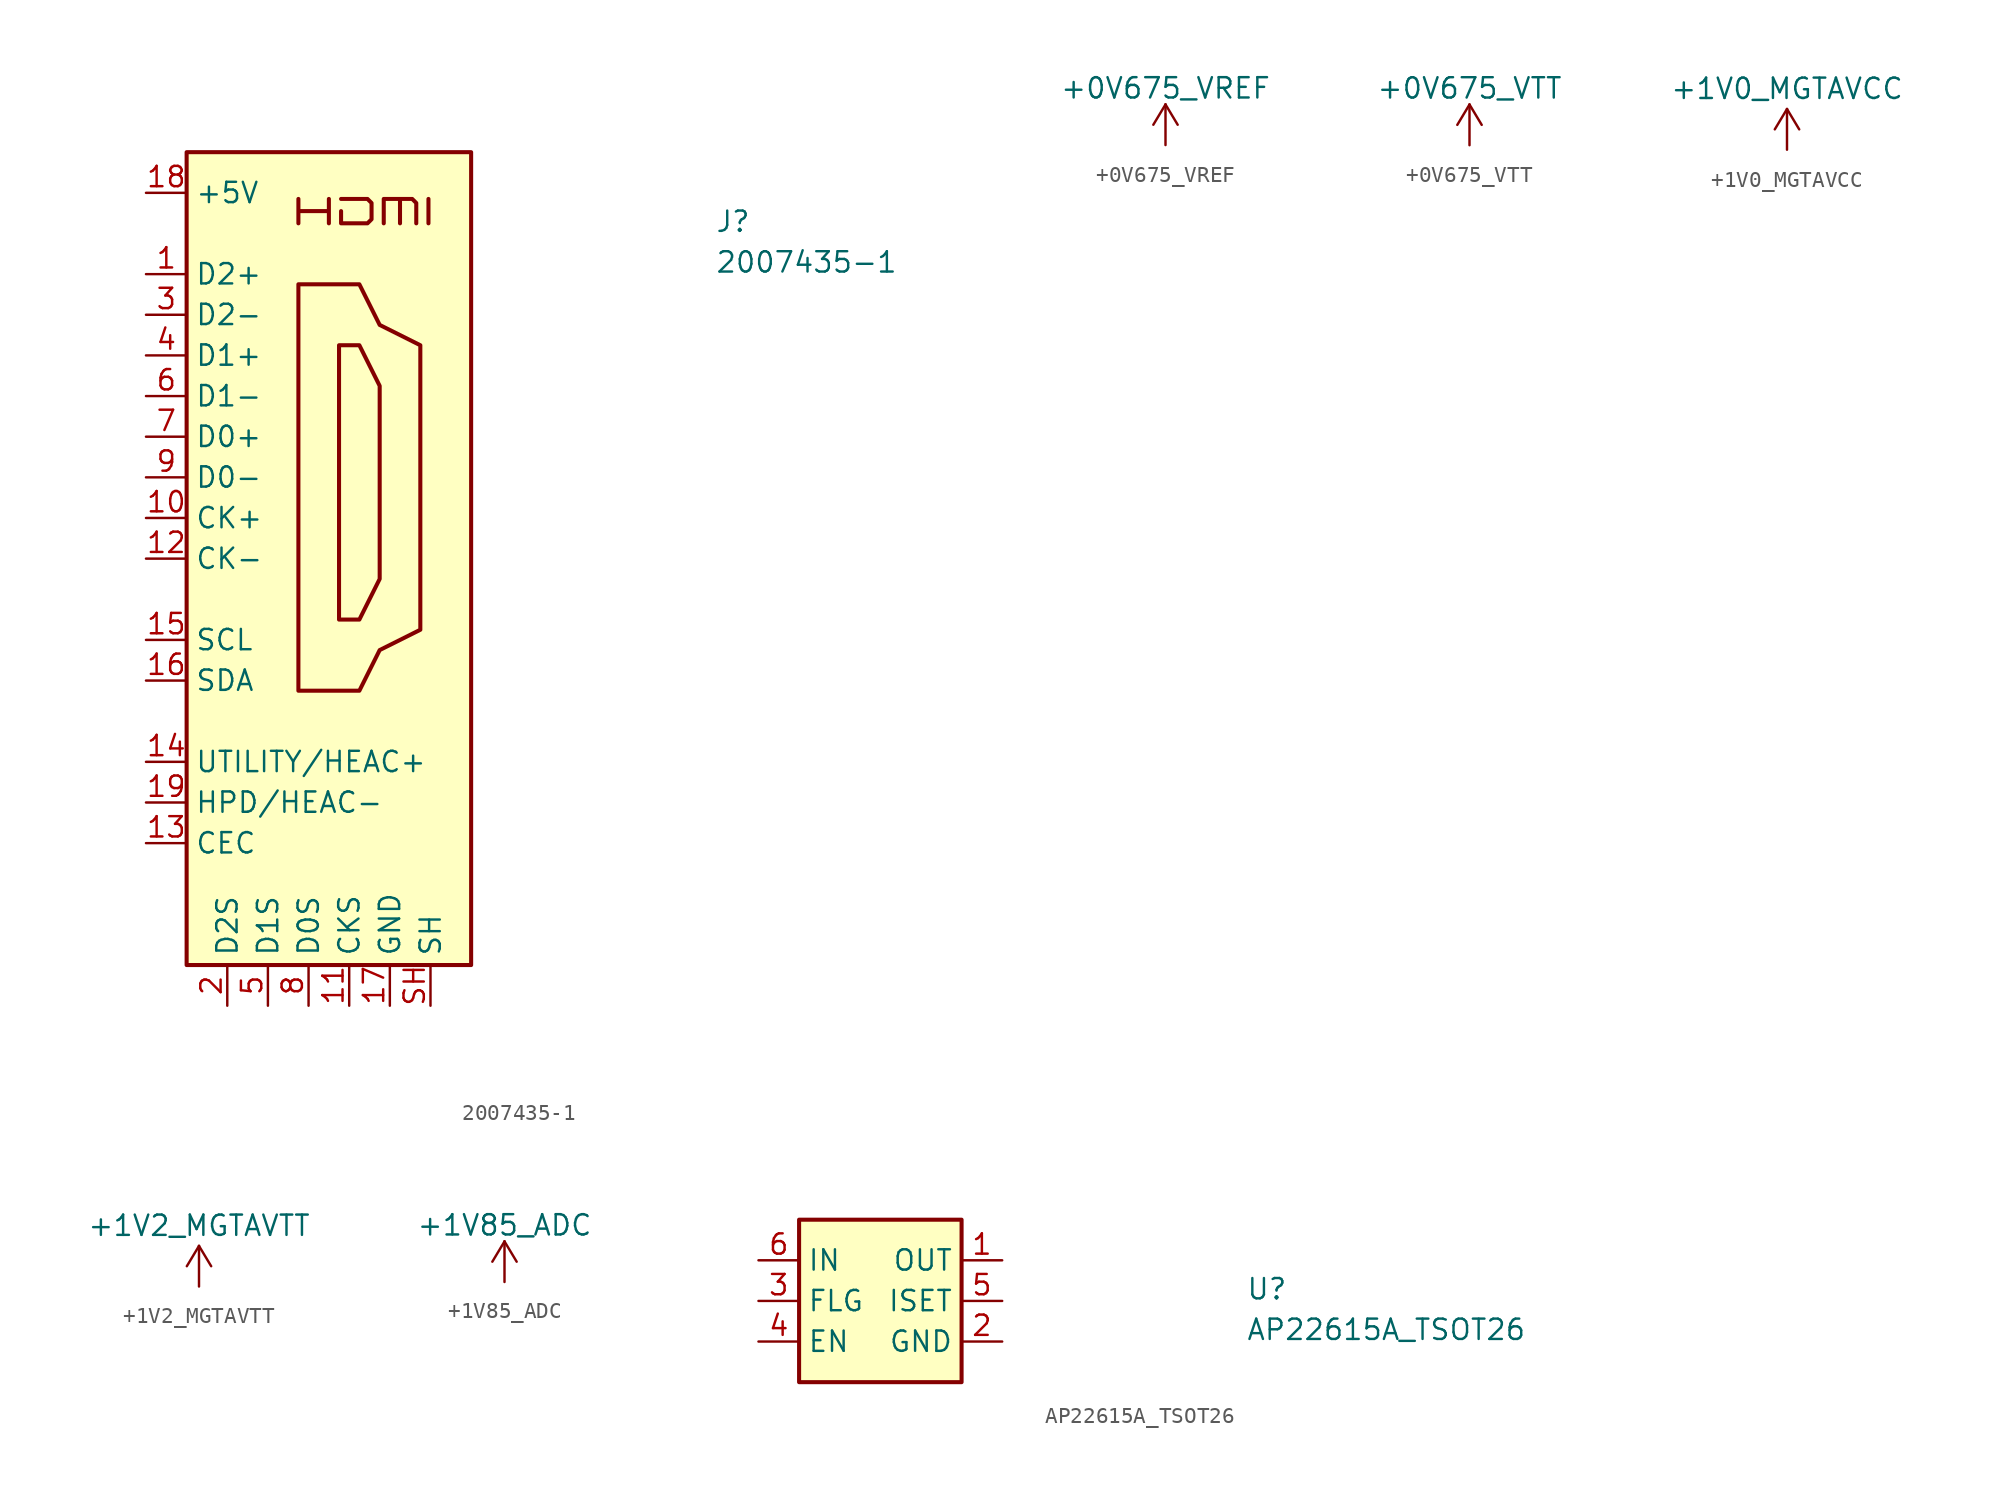
<source format=kicad_sym>
(kicad_symbol_lib
  (version 20211014)
  (generator kicad_symbol_editor)
  (symbol "2007435-1"
    (property "Reference" "J"
      (at 35.56 -2.54 0)
      (effects (font (size 1.27 1.27) (thickness 0.15)) (justify left bottom)))
    (property "Value" "2007435-1"
      (at 35.56 -5.08 0)
      (effects (font (size 1.27 1.27) (thickness 0.15)) (justify left bottom)))
    (symbol "2007435-1_1_1"
      (polyline (pts (xy 17.653 -1.905) (xy 17.653 -0.381)) (stroke (width 0.254) (type default) (color 0 0 0 0)) (fill (type background)))
      (polyline (pts (xy 9.525 -1.905) (xy 9.525 -0.381) (xy 9.525 -1.143) (xy 11.43 -1.143) (xy 11.43 -0.381) (xy 11.43 -1.905)) (stroke (width 0.254) (type default) (color 0 0 0 0)) (fill (type background)))
      (polyline (pts (xy 12.065 -9.525) (xy 13.335 -9.525) (xy 14.605 -12.065) (xy 14.605 -24.13) (xy 13.335 -26.67) (xy 12.065 -26.67) (xy 12.065 -9.525)) (stroke (width 0.254) (type default) (color 0 0 0 0)) (fill (type background)))
      (polyline (pts (xy 12.192 -0.381) (xy 13.843 -0.381) (xy 14.097 -0.635) (xy 14.097 -1.651) (xy 13.843 -1.905) (xy 12.192 -1.905) (xy 12.192 -1.143)) (stroke (width 0.254) (type default) (color 0 0 0 0)) (fill (type background)))
      (polyline (pts (xy 14.859 -1.905) (xy 14.859 -0.381) (xy 15.875 -0.381) (xy 15.875 -1.905) (xy 15.875 -0.381) (xy 16.637 -0.381) (xy 16.891 -0.635) (xy 16.891 -1.905)) (stroke (width 0.254) (type default) (color 0 0 0 0)) (fill (type background)))
      (polyline (pts (xy 9.525 -5.715) (xy 9.525 -31.115) (xy 13.335 -31.115) (xy 14.605 -28.575) (xy 17.145 -27.305) (xy 17.145 -9.525) (xy 14.605 -8.255) (xy 13.335 -5.715) (xy 9.525 -5.715)) (stroke (width 0.254) (type default) (color 0 0 0 0)) (fill (type background)))
      (rectangle (start 2.54 2.54) (end 20.32 -48.26) (stroke (width 0.254) (type default) (color 0 0 0 0)) (fill (type background)))
      (pin passive line (at 0 -5.08 0) (length 2.54) (name "D2+" (effects (font (size 1.27 1.27)))) (number "1" (effects (font (size 1.27 1.27)))))
      (pin passive line (at 0 -20.32 0) (length 2.54) (name "CK+" (effects (font (size 1.27 1.27)))) (number "10" (effects (font (size 1.27 1.27)))))
      (pin power_in line (at 12.7 -50.8 90) (length 2.54) (name "CKS" (effects (font (size 1.27 1.27)))) (number "11" (effects (font (size 1.27 1.27)))))
      (pin passive line (at 0 -22.86 0) (length 2.54) (name "CK-" (effects (font (size 1.27 1.27)))) (number "12" (effects (font (size 1.27 1.27)))))
      (pin bidirectional line (at 0 -40.64 0) (length 2.54) (name "CEC" (effects (font (size 1.27 1.27)))) (number "13" (effects (font (size 1.27 1.27)))))
      (pin passive line (at 0 -35.56 0) (length 2.54) (name "UTILITY/HEAC+" (effects (font (size 1.27 1.27)))) (number "14" (effects (font (size 1.27 1.27)))) (alternate "HEAC+" passive line) (alternate "UTILITY" passive line))
      (pin passive line (at 0 -27.94 0) (length 2.54) (name "SCL" (effects (font (size 1.27 1.27)))) (number "15" (effects (font (size 1.27 1.27)))))
      (pin bidirectional line (at 0 -30.48 0) (length 2.54) (name "SDA" (effects (font (size 1.27 1.27)))) (number "16" (effects (font (size 1.27 1.27)))))
      (pin power_in line (at 15.24 -50.8 90) (length 2.54) (name "GND" (effects (font (size 1.27 1.27)))) (number "17" (effects (font (size 1.27 1.27)))))
      (pin power_in line (at 0 0 0) (length 2.54) (name "+5V" (effects (font (size 1.27 1.27)))) (number "18" (effects (font (size 1.27 1.27)))))
      (pin passive line (at 0 -38.1 0) (length 2.54) (name "HPD/HEAC-" (effects (font (size 1.27 1.27)))) (number "19" (effects (font (size 1.27 1.27)))) (alternate "HEAC-" passive line) (alternate "HPD" passive line))
      (pin power_in line (at 5.08 -50.8 90) (length 2.54) (name "D2S" (effects (font (size 1.27 1.27)))) (number "2" (effects (font (size 1.27 1.27)))))
      (pin passive line (at 0 -7.62 0) (length 2.54) (name "D2-" (effects (font (size 1.27 1.27)))) (number "3" (effects (font (size 1.27 1.27)))))
      (pin passive line (at 0 -10.16 0) (length 2.54) (name "D1+" (effects (font (size 1.27 1.27)))) (number "4" (effects (font (size 1.27 1.27)))))
      (pin power_in line (at 7.62 -50.8 90) (length 2.54) (name "D1S" (effects (font (size 1.27 1.27)))) (number "5" (effects (font (size 1.27 1.27)))))
      (pin passive line (at 0 -12.7 0) (length 2.54) (name "D1-" (effects (font (size 1.27 1.27)))) (number "6" (effects (font (size 1.27 1.27)))))
      (pin passive line (at 0 -15.24 0) (length 2.54) (name "D0+" (effects (font (size 1.27 1.27)))) (number "7" (effects (font (size 1.27 1.27)))))
      (pin power_in line (at 10.16 -50.8 90) (length 2.54) (name "D0S" (effects (font (size 1.27 1.27)))) (number "8" (effects (font (size 1.27 1.27)))))
      (pin passive line (at 0 -17.78 0) (length 2.54) (name "D0-" (effects (font (size 1.27 1.27)))) (number "9" (effects (font (size 1.27 1.27)))))
      (pin passive line (at 17.78 -50.8 90) (length 2.54) (name "SH" (effects (font (size 1.27 1.27)))) (number "SH" (effects (font (size 1.27 1.27)))))))
  (symbol "+0V675_VREF"
    (power)
    (pin_names
      (offset 0))
    (property "Reference" "#PWR"
      (at 0 -3.81 0)
      (effects (font (size 1.27 1.27)) hide))
    (property "Value" "+0V675_VREF"
      (at 0 3.556 0)
      (effects (font (size 1.27 1.27))))
    (symbol "+0V675_VREF_0_1"
      (polyline (pts (xy -0.762 1.27) (xy 0 2.54)) (stroke (width 0) (type default) (color 0 0 0 0)) (fill (type none)))
      (polyline (pts (xy 0 0) (xy 0 2.54)) (stroke (width 0) (type default) (color 0 0 0 0)) (fill (type none)))
      (polyline (pts (xy 0 2.54) (xy 0.762 1.27)) (stroke (width 0) (type default) (color 0 0 0 0)) (fill (type none))))
    (symbol "+0V675_VREF_1_1"
      (pin power_in line (at 0 0 90) (length 0) hide (name "+0V675_VREF" (effects (font (size 1.27 1.27)))) (number "1" (effects (font (size 1.27 1.27)))))))
  (symbol "+0V675_VTT"
    (power)
    (pin_names
      (offset 0))
    (property "Reference" "#PWR"
      (at 0 -3.81 0)
      (effects (font (size 1.27 1.27)) hide))
    (property "Value" "+0V675_VTT"
      (at 0 3.556 0)
      (effects (font (size 1.27 1.27))))
    (symbol "+0V675_VTT_0_1"
      (polyline (pts (xy -0.762 1.27) (xy 0 2.54)) (stroke (width 0) (type default) (color 0 0 0 0)) (fill (type none)))
      (polyline (pts (xy 0 0) (xy 0 2.54)) (stroke (width 0) (type default) (color 0 0 0 0)) (fill (type none)))
      (polyline (pts (xy 0 2.54) (xy 0.762 1.27)) (stroke (width 0) (type default) (color 0 0 0 0)) (fill (type none))))
    (symbol "+0V675_VTT_1_1"
      (pin power_in line (at 0 0 90) (length 0) hide (name "+0V675_VTT" (effects (font (size 1.27 1.27)))) (number "1" (effects (font (size 1.27 1.27)))))))
  (symbol "+1V0_MGTAVCC"
    (power)
    (pin_names
      (offset 0))
    (property "Reference" "#PWR?"
      (at 0 -3.81 0)
      (effects (font (size 1.27 1.27)) hide))
    (property "Value" "+1V0_MGTAVCC"
      (at 0 3.81 0)
      (effects (font (size 1.27 1.27))))
    (symbol "+1V0_MGTAVCC_0_1"
      (polyline (pts (xy -0.762 1.27) (xy 0 2.54)) (stroke (width 0) (type default) (color 0 0 0 0)) (fill (type none)))
      (polyline (pts (xy 0 0) (xy 0 2.54)) (stroke (width 0) (type default) (color 0 0 0 0)) (fill (type none)))
      (polyline (pts (xy 0 2.54) (xy 0.762 1.27)) (stroke (width 0) (type default) (color 0 0 0 0)) (fill (type none))))
    (symbol "+1V0_MGTAVCC_1_1"
      (pin power_in line (at 0 0 90) (length 0) hide (name "+1V0_MGTAVCC" (effects (font (size 1.27 1.27)))) (number "1" (effects (font (size 1.27 1.27)))))))
  (symbol "+1V2_MGTAVTT"
    (power)
    (pin_names
      (offset 0))
    (property "Reference" "#PWR?"
      (at 0 -3.81 0)
      (effects (font (size 1.27 1.27)) hide))
    (property "Value" "+1V2_MGTAVTT"
      (at 0 3.81 0)
      (effects (font (size 1.27 1.27))))
    (symbol "+1V2_MGTAVTT_0_1"
      (polyline (pts (xy -0.762 1.27) (xy 0 2.54)) (stroke (width 0) (type default) (color 0 0 0 0)) (fill (type none)))
      (polyline (pts (xy 0 0) (xy 0 2.54)) (stroke (width 0) (type default) (color 0 0 0 0)) (fill (type none)))
      (polyline (pts (xy 0 2.54) (xy 0.762 1.27)) (stroke (width 0) (type default) (color 0 0 0 0)) (fill (type none))))
    (symbol "+1V2_MGTAVTT_1_1"
      (pin power_in line (at 0 0 90) (length 0) hide (name "+1V2_MGTAVTT" (effects (font (size 1.27 1.27)))) (number "1" (effects (font (size 1.27 1.27)))))))
  (symbol "+1V85_ADC"
    (power)
    (pin_names
      (offset 0))
    (property "Reference" "#PWR"
      (at 0 -3.81 0)
      (effects (font (size 1.27 1.27)) hide))
    (property "Value" "+1V85_ADC"
      (at 0 3.556 0)
      (effects (font (size 1.27 1.27))))
    (symbol "+1V85_ADC_0_1"
      (polyline (pts (xy -0.762 1.27) (xy 0 2.54)) (stroke (width 0) (type default) (color 0 0 0 0)) (fill (type none)))
      (polyline (pts (xy 0 0) (xy 0 2.54)) (stroke (width 0) (type default) (color 0 0 0 0)) (fill (type none)))
      (polyline (pts (xy 0 2.54) (xy 0.762 1.27)) (stroke (width 0) (type default) (color 0 0 0 0)) (fill (type none))))
    (symbol "+1V85_ADC_1_1"
      (pin power_in line (at 0 0 90) (length 0) hide (name "+1V85_ADC" (effects (font (size 1.27 1.27)))) (number "1" (effects (font (size 1.27 1.27)))))))
  (symbol "AP22615A_TSOT26"
    (property "Reference" "U"
      (at 30.48 -2.54 0)
      (effects (font (size 1.27 1.27) (thickness 0.15)) (justify left bottom)))
    (property "Value" "AP22615A_TSOT26"
      (at 30.48 -5.08 0)
      (effects (font (size 1.27 1.27) (thickness 0.15)) (justify left bottom)))
    (symbol "AP22615A_TSOT26_1_1"
      (rectangle (start 2.54 2.54) (end 12.7 -7.62) (stroke (width 0.254) (type default) (color 0 0 0 0)) (fill (type background)))
      (pin power_out line (at 15.24 0 180) (length 2.54) (name "OUT" (effects (font (size 1.27 1.27)))) (number "1" (effects (font (size 1.27 1.27)))))
      (pin power_in line (at 15.24 -5.08 180) (length 2.54) (name "GND" (effects (font (size 1.27 1.27)))) (number "2" (effects (font (size 1.27 1.27)))))
      (pin output line (at 0 -2.54 0) (length 2.54) (name "FLG" (effects (font (size 1.27 1.27)))) (number "3" (effects (font (size 1.27 1.27)))))
      (pin input line (at 0 -5.08 0) (length 2.54) (name "EN" (effects (font (size 1.27 1.27)))) (number "4" (effects (font (size 1.27 1.27)))))
      (pin passive line (at 15.24 -2.54 180) (length 2.54) (name "ISET" (effects (font (size 1.27 1.27)))) (number "5" (effects (font (size 1.27 1.27)))))
      (pin power_in line (at 0 0 0) (length 2.54) (name "IN" (effects (font (size 1.27 1.27)))) (number "6" (effects (font (size 1.27 1.27))))))))
</source>
